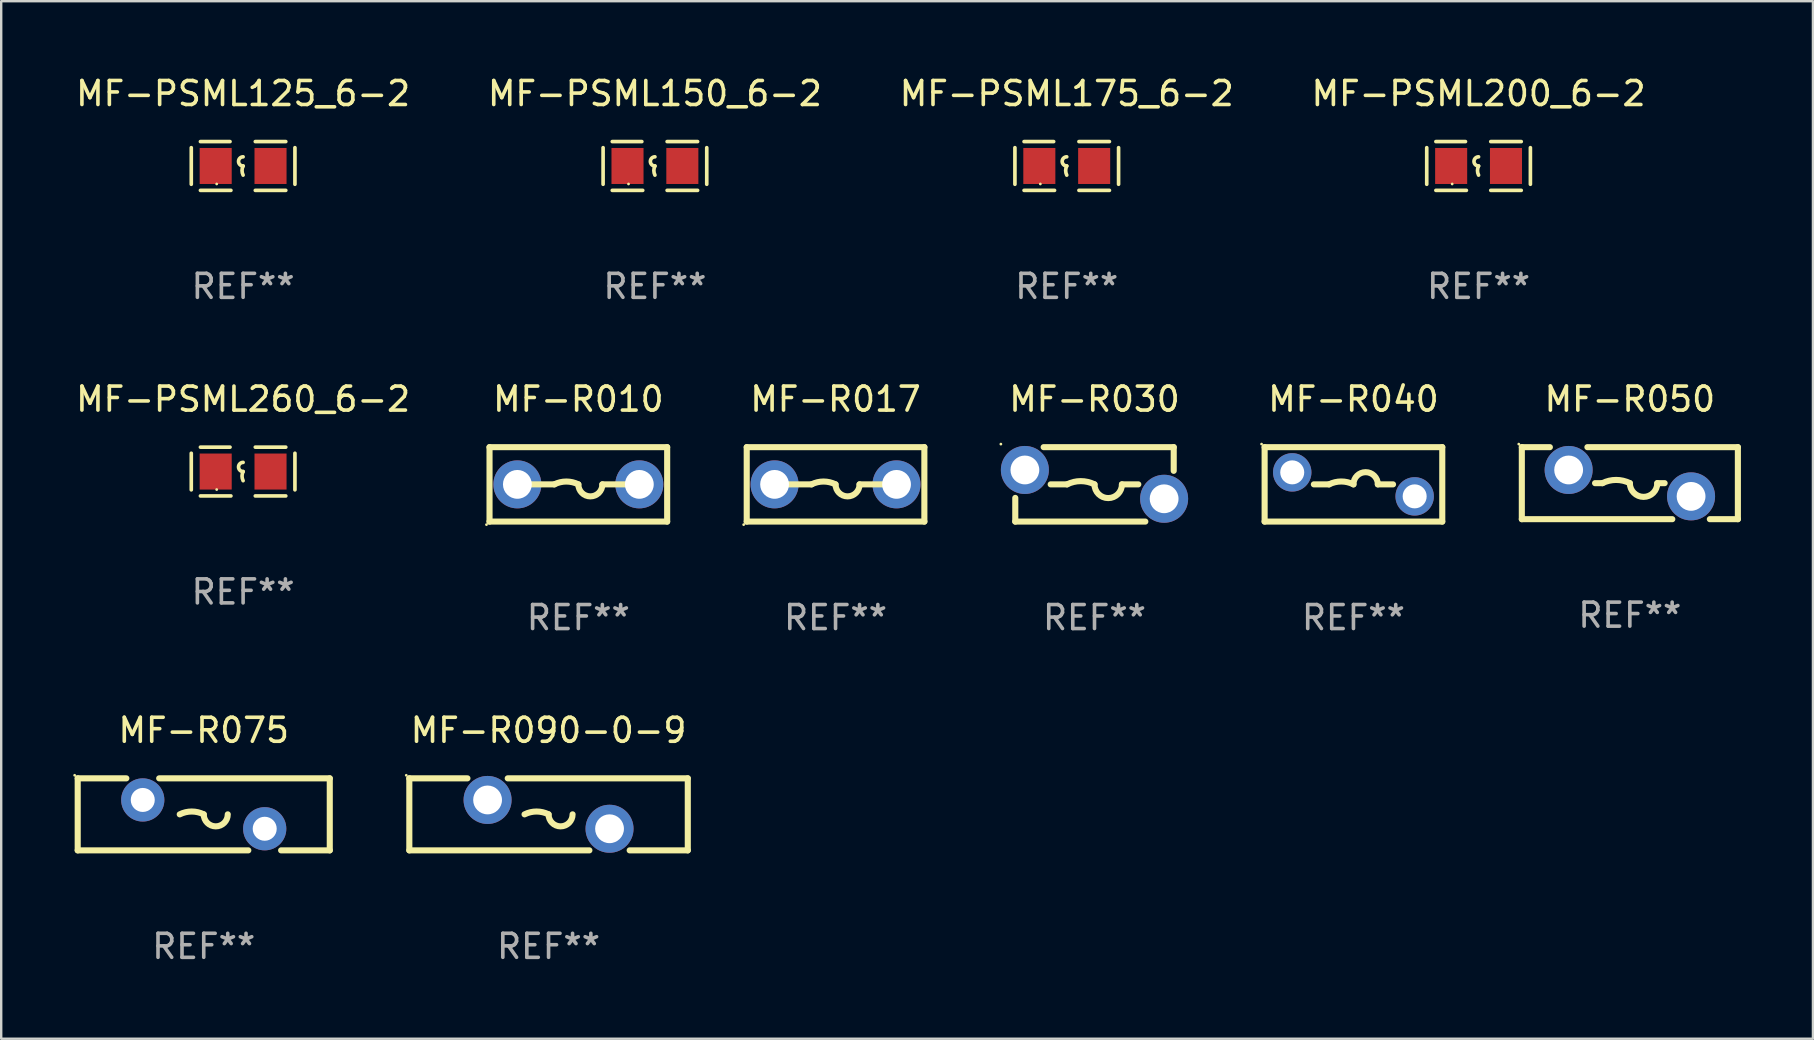
<source format=kicad_pcb>
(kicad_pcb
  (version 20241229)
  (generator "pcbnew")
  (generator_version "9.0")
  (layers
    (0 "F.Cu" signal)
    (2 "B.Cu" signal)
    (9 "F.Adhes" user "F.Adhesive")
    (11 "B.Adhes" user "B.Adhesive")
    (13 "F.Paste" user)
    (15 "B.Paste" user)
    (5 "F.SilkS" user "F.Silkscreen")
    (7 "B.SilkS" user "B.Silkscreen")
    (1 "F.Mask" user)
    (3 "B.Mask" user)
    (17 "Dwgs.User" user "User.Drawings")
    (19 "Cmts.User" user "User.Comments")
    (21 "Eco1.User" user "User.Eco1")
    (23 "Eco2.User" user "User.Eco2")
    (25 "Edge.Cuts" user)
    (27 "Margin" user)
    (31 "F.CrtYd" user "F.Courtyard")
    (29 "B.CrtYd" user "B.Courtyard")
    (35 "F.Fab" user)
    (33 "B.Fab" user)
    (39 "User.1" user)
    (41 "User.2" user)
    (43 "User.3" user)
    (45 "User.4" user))
  (footprint "MF-PSML260_6-2"
    (layer "F.Cu")
    (at 7.077 16.593)
    (property "Reference" "MF-PSML260_6-2" (at 0 -3.016 0) (layer "F.SilkS") (effects (font (size 1 1) (thickness 0.15))))
    (attr through_hole)
    (fp_line (start -2.159 -0.762) (end -2.159 0.762) (stroke (width 0.152) (type solid)) (layer "F.SilkS"))
    (fp_line (start -1.778 -1.016) (end -0.545 -1.016) (stroke (width 0.152) (type solid)) (layer "F.SilkS"))
    (fp_line (start -0.508 1.016) (end -1.778 1.016) (stroke (width 0.152) (type solid)) (layer "F.SilkS"))
    (fp_line (start 0.508 1.016) (end 1.778 1.016) (stroke (width 0.152) (type solid)) (layer "F.SilkS"))
    (fp_line (start 1.778 -1.016) (end 0.508 -1.016) (stroke (width 0.152) (type solid)) (layer "F.SilkS"))
    (fp_line (start 2.159 -0.762) (end 2.159 0.762) (stroke (width 0.152) (type solid)) (layer "F.SilkS"))
    (fp_arc (start 0 0) (mid -0.1905 -0.1905) (end 0 -0.381) (stroke (width 0.151994) (type solid)) (layer "F.SilkS"))
    (fp_arc (start 0 0.381001) (mid -0.044971 0.1905) (end 0 0) (stroke (width 0.151994) (type solid)) (layer "F.SilkS"))
    (fp_circle (center -1.1 0.75) (end -1.07 0.75) (stroke (width 0.06) (type solid)) (fill no) (layer "F.SilkS"))
    (fp_text user "REF**" (at 0 5.016 0) (layer "F.Fab") (effects (font (size 1 1) (thickness 0.15))))
    (pad "1" smd rect (at -1.142 0) (size 1.335 1.5) (layers "F.Cu" "F.Mask" "F.Paste"))
    (pad "2" smd rect (at 1.142 0) (size 1.335 1.5) (layers "F.Cu" "F.Mask" "F.Paste")))
  (footprint "MF-R017"
    (layer "F.Cu")
    (at 31.756 17.127)
    (property "Reference" "MF-R017" (at 0 -3.55 0) (layer "F.SilkS") (effects (font (size 1 1) (thickness 0.15))))
    (attr through_hole)
    (fp_line (start -3.7 -1.55) (end 3.7 -1.55) (stroke (width 0.254) (type solid)) (layer "F.SilkS"))
    (fp_line (start -3.7 1.55) (end -3.7 -1.55) (stroke (width 0.254) (type solid)) (layer "F.SilkS"))
    (fp_line (start -1 0) (end -2 0) (stroke (width 0.254) (type solid)) (layer "F.SilkS"))
    (fp_line (start 1 0) (end 2 0) (stroke (width 0.254) (type solid)) (layer "F.SilkS"))
    (fp_line (start 3.7 -1.55) (end 3.7 1.55) (stroke (width 0.254) (type solid)) (layer "F.SilkS"))
    (fp_line (start 3.7 1.55) (end -3.7 1.55) (stroke (width 0.254) (type solid)) (layer "F.SilkS"))
    (fp_arc (start -1.000762 0) (mid -0.500381 -0.118151) (end 0 0) (stroke (width 0.254001) (type solid)) (layer "F.SilkS"))
    (fp_arc (start 1.000762 0) (mid 0.500381 0.500127) (end 0 0) (stroke (width 0.254001) (type solid)) (layer "F.SilkS"))
    (fp_circle (center -3.827 1.677) (end -3.797 1.677) (stroke (width 0.06) (type solid)) (fill no) (layer "F.SilkS"))
    (fp_text user "REF**" (at 0 5.55 0) (layer "F.Fab") (effects (font (size 1 1) (thickness 0.15))))
    (pad "1" thru_hole circle (at -2.54 0) (size 2 2) (drill 1.2) (layers "*.Cu" "*.Mask"))
    (pad "2" thru_hole circle (at 2.54 0) (size 2 2) (drill 1.2) (layers "*.Cu" "*.Mask")))
  (footprint "MF-R030"
    (layer "F.Cu")
    (at 42.543 17.127)
    (property "Reference" "MF-R030" (at 0 -3.55 0) (layer "F.SilkS") (effects (font (size 1 1) (thickness 0.15))))
    (attr through_hole)
    (fp_line (start -3.3 1.55) (end -3.3 0.564) (stroke (width 0.254) (type solid)) (layer "F.SilkS"))
    (fp_line (start -2.118 -1.55) (end 3.3 -1.55) (stroke (width 0.254) (type solid)) (layer "F.SilkS"))
    (fp_line (start -1.825 0) (end -1.143 0) (stroke (width 0.254) (type solid)) (layer "F.SilkS"))
    (fp_line (start 1.825 0) (end 1.143 0) (stroke (width 0.254) (type solid)) (layer "F.SilkS"))
    (fp_line (start 2.118 1.55) (end -3.3 1.55) (stroke (width 0.254) (type solid)) (layer "F.SilkS"))
    (fp_line (start 3.3 -1.55) (end 3.3 -0.564) (stroke (width 0.254) (type solid)) (layer "F.SilkS"))
    (fp_arc (start -1.143002 0) (mid -0.571501 -0.134913) (end 0 0) (stroke (width 0.254001) (type solid)) (layer "F.SilkS"))
    (fp_arc (start 1.143002 0) (mid 0.571501 0.571501) (end 0 0) (stroke (width 0.254001) (type solid)) (layer "F.SilkS"))
    (fp_circle (center -3.9 -1.677) (end -3.87 -1.677) (stroke (width 0.06) (type solid)) (fill no) (layer "F.SilkS"))
    (fp_text user "REF**" (at 0 5.55 0) (layer "F.Fab") (effects (font (size 1 1) (thickness 0.15))))
    (pad "1" thru_hole circle (at -2.9 -0.6) (size 2 2) (drill 1.2) (layers "*.Cu" "*.Mask"))
    (pad "2" thru_hole circle (at 2.9 0.6) (size 2 2) (drill 1.2) (layers "*.Cu" "*.Mask")))
  (footprint "MF-R010"
    (layer "F.Cu")
    (at 21.042 17.127)
    (property "Reference" "MF-R010" (at 0 -3.55 0) (layer "F.SilkS") (effects (font (size 1 1) (thickness 0.15))))
    (attr through_hole)
    (fp_line (start -3.7 -1.55) (end 3.7 -1.55) (stroke (width 0.254) (type solid)) (layer "F.SilkS"))
    (fp_line (start -3.7 1.55) (end -3.7 -1.55) (stroke (width 0.254) (type solid)) (layer "F.SilkS"))
    (fp_line (start -1 0) (end -2 0) (stroke (width 0.254) (type solid)) (layer "F.SilkS"))
    (fp_line (start 1 0) (end 2 0) (stroke (width 0.254) (type solid)) (layer "F.SilkS"))
    (fp_line (start 3.7 -1.55) (end 3.7 1.55) (stroke (width 0.254) (type solid)) (layer "F.SilkS"))
    (fp_line (start 3.7 1.55) (end -3.7 1.55) (stroke (width 0.254) (type solid)) (layer "F.SilkS"))
    (fp_arc (start -1.000762 0) (mid -0.500381 -0.118151) (end 0 0) (stroke (width 0.254001) (type solid)) (layer "F.SilkS"))
    (fp_arc (start 1.000762 0) (mid 0.500381 0.500127) (end 0 0) (stroke (width 0.254001) (type solid)) (layer "F.SilkS"))
    (fp_circle (center -3.827 1.677) (end -3.797 1.677) (stroke (width 0.06) (type solid)) (fill no) (layer "F.SilkS"))
    (fp_text user "REF**" (at 0 5.55 0) (layer "F.Fab") (effects (font (size 1 1) (thickness 0.15))))
    (pad "1" thru_hole circle (at -2.54 0) (size 2 2) (drill 1.2) (layers "*.Cu" "*.Mask"))
    (pad "2" thru_hole circle (at 2.54 0) (size 2 2) (drill 1.2) (layers "*.Cu" "*.Mask")))
  (footprint "MF-R090-0-9"
    (layer "F.Cu")
    (at 19.801 30.873)
    (property "Reference" "MF-R090-0-9" (at 0 -3.5 0) (layer "F.SilkS") (effects (font (size 1 1) (thickness 0.15))))
    (attr through_hole)
    (fp_line (start -5.8 -1.5) (end -5.8 1.5) (stroke (width 0.254) (type solid)) (layer "F.SilkS"))
    (fp_line (start -5.8 -1.5) (end -3.379 -1.5) (stroke (width 0.254) (type solid)) (layer "F.SilkS"))
    (fp_line (start -1.701 -1.5) (end 5.8 -1.5) (stroke (width 0.254) (type solid)) (layer "F.SilkS"))
    (fp_line (start 1.701 1.5) (end -5.8 1.5) (stroke (width 0.254) (type solid)) (layer "F.SilkS"))
    (fp_line (start 5.8 -1.5) (end 5.8 1.5) (stroke (width 0.254) (type solid)) (layer "F.SilkS"))
    (fp_line (start 5.8 1.5) (end 3.379 1.5) (stroke (width 0.254) (type solid)) (layer "F.SilkS"))
    (fp_arc (start -1 0) (mid -0.5 -0.118021) (end 0 0) (stroke (width 0.254001) (type solid)) (layer "F.SilkS"))
    (fp_arc (start 1.000762 0) (mid 0.500381 0.500127) (end 0 0) (stroke (width 0.254001) (type solid)) (layer "F.SilkS"))
    (fp_circle (center -5.927 -1.627) (end -5.897 -1.627) (stroke (width 0.06) (type solid)) (fill no) (layer "F.SilkS"))
    (fp_text user "REF**" (at 0 5.5 0) (layer "F.Fab") (effects (font (size 1 1) (thickness 0.15))))
    (pad "1" thru_hole circle (at -2.54 -0.6) (size 2 2) (drill 1.2) (layers "*.Cu" "*.Mask"))
    (pad "2" thru_hole circle (at 2.54 0.6) (size 2 2) (drill 1.2) (layers "*.Cu" "*.Mask")))
  (footprint "MF-PSML200_6-2"
    (layer "F.Cu")
    (at 58.542 3.864)
    (property "Reference" "MF-PSML200_6-2" (at 0 -3.016 0) (layer "F.SilkS") (effects (font (size 1 1) (thickness 0.15))))
    (attr through_hole)
    (fp_line (start -2.159 -0.762) (end -2.159 0.762) (stroke (width 0.152) (type solid)) (layer "F.SilkS"))
    (fp_line (start -1.778 -1.016) (end -0.545 -1.016) (stroke (width 0.152) (type solid)) (layer "F.SilkS"))
    (fp_line (start -0.508 1.016) (end -1.778 1.016) (stroke (width 0.152) (type solid)) (layer "F.SilkS"))
    (fp_line (start 0.508 1.016) (end 1.778 1.016) (stroke (width 0.152) (type solid)) (layer "F.SilkS"))
    (fp_line (start 1.778 -1.016) (end 0.508 -1.016) (stroke (width 0.152) (type solid)) (layer "F.SilkS"))
    (fp_line (start 2.159 -0.762) (end 2.159 0.762) (stroke (width 0.152) (type solid)) (layer "F.SilkS"))
    (fp_arc (start 0 0) (mid -0.1905 -0.1905) (end 0 -0.381) (stroke (width 0.151994) (type solid)) (layer "F.SilkS"))
    (fp_arc (start 0 0.381001) (mid -0.044971 0.1905) (end 0 0) (stroke (width 0.151994) (type solid)) (layer "F.SilkS"))
    (fp_circle (center -1.1 0.75) (end -1.07 0.75) (stroke (width 0.06) (type solid)) (fill no) (layer "F.SilkS"))
    (fp_text user "REF**" (at 0 5.016 0) (layer "F.Fab") (effects (font (size 1 1) (thickness 0.15))))
    (pad "1" smd rect (at -1.142 0) (size 1.335 1.5) (layers "F.Cu" "F.Mask" "F.Paste"))
    (pad "2" smd rect (at 1.142 0) (size 1.335 1.5) (layers "F.Cu" "F.Mask" "F.Paste")))
  (footprint "MF-R075"
    (layer "F.Cu")
    (at 5.437 30.873)
    (property "Reference" "MF-R075" (at 0 -3.5 0) (layer "F.SilkS") (effects (font (size 1 1) (thickness 0.15))))
    (attr through_hole)
    (fp_line (start -5.25 -1.5) (end -3.224 -1.5) (stroke (width 0.254) (type solid)) (layer "F.SilkS"))
    (fp_line (start -5.25 1.5) (end -5.25 -1.5) (stroke (width 0.254) (type solid)) (layer "F.SilkS"))
    (fp_line (start -1.856 -1.5) (end 5.25 -1.5) (stroke (width 0.254) (type solid)) (layer "F.SilkS"))
    (fp_line (start 1.857 1.5) (end -5.25 1.5) (stroke (width 0.254) (type solid)) (layer "F.SilkS"))
    (fp_line (start 5.25 -1.5) (end 5.25 1.5) (stroke (width 0.254) (type solid)) (layer "F.SilkS"))
    (fp_line (start 5.25 1.5) (end 3.223 1.5) (stroke (width 0.254) (type solid)) (layer "F.SilkS"))
    (fp_arc (start -1 -0.000127) (mid -0.5 -0.118148) (end 0 -0.000127) (stroke (width 0.254001) (type solid)) (layer "F.SilkS"))
    (fp_arc (start 1.000762 -0.000127) (mid 0.500381 0.5) (end 0 -0.000127) (stroke (width 0.254001) (type solid)) (layer "F.SilkS"))
    (fp_circle (center -5.377 -1.627) (end -5.347 -1.627) (stroke (width 0.06) (type solid)) (fill no) (layer "F.SilkS"))
    (fp_text user "REF**" (at 0 5.5 0) (layer "F.Fab") (effects (font (size 1 1) (thickness 0.15))))
    (pad "1" thru_hole circle (at -2.54 -0.6) (size 1.8 1.8) (drill 1) (layers "*.Cu" "*.Mask"))
    (pad "2" thru_hole circle (at 2.54 0.6) (size 1.8 1.8) (drill 1) (layers "*.Cu" "*.Mask")))
  (footprint "MF-R040"
    (layer "F.Cu")
    (at 53.33 17.127)
    (property "Reference" "MF-R040" (at 0 -3.55 0) (layer "F.SilkS") (effects (font (size 1 1) (thickness 0.15))))
    (attr through_hole)
    (fp_line (start -3.7 -1.55) (end 3.7 -1.55) (stroke (width 0.254) (type solid)) (layer "F.SilkS"))
    (fp_line (start -3.7 1.55) (end -3.7 -1.55) (stroke (width 0.254) (type solid)) (layer "F.SilkS"))
    (fp_line (start -1.649 0) (end -1.016 0) (stroke (width 0.254) (type solid)) (layer "F.SilkS"))
    (fp_line (start 1.649 0) (end 1.016 0) (stroke (width 0.254) (type solid)) (layer "F.SilkS"))
    (fp_line (start 3.7 -1.55) (end 3.7 1.55) (stroke (width 0.254) (type solid)) (layer "F.SilkS"))
    (fp_line (start 3.7 1.55) (end -3.7 1.55) (stroke (width 0.254) (type solid)) (layer "F.SilkS"))
    (fp_arc (start -1.016002 0) (mid -0.508001 -0.119923) (end 0 0) (stroke (width 0.254001) (type solid)) (layer "F.SilkS"))
    (fp_arc (start 0 0) (mid 0.508001 -0.508001) (end 1.016002 0) (stroke (width 0.254001) (type solid)) (layer "F.SilkS"))
    (fp_circle (center -3.827 -1.677) (end -3.797 -1.677) (stroke (width 0.06) (type solid)) (fill no) (layer "F.SilkS"))
    (fp_text user "REF**" (at 0 5.55 0) (layer "F.Fab") (effects (font (size 1 1) (thickness 0.15))))
    (pad "1" thru_hole circle (at -2.55 -0.5) (size 1.6 1.6) (drill 1) (layers "*.Cu" "*.Mask"))
    (pad "2" thru_hole circle (at 2.55 0.5) (size 1.6 1.6) (drill 1) (layers "*.Cu" "*.Mask")))
  (footprint "MF-PSML125_6-2"
    (layer "F.Cu")
    (at 7.077 3.864)
    (property "Reference" "MF-PSML125_6-2" (at 0 -3.016 0) (layer "F.SilkS") (effects (font (size 1 1) (thickness 0.15))))
    (attr through_hole)
    (fp_line (start -2.159 -0.762) (end -2.159 0.762) (stroke (width 0.152) (type solid)) (layer "F.SilkS"))
    (fp_line (start -1.778 -1.016) (end -0.545 -1.016) (stroke (width 0.152) (type solid)) (layer "F.SilkS"))
    (fp_line (start -0.508 1.016) (end -1.778 1.016) (stroke (width 0.152) (type solid)) (layer "F.SilkS"))
    (fp_line (start 0.508 1.016) (end 1.778 1.016) (stroke (width 0.152) (type solid)) (layer "F.SilkS"))
    (fp_line (start 1.778 -1.016) (end 0.508 -1.016) (stroke (width 0.152) (type solid)) (layer "F.SilkS"))
    (fp_line (start 2.159 -0.762) (end 2.159 0.762) (stroke (width 0.152) (type solid)) (layer "F.SilkS"))
    (fp_arc (start 0 0) (mid -0.1905 -0.1905) (end 0 -0.381) (stroke (width 0.151994) (type solid)) (layer "F.SilkS"))
    (fp_arc (start 0 0.381001) (mid -0.044971 0.1905) (end 0 0) (stroke (width 0.151994) (type solid)) (layer "F.SilkS"))
    (fp_circle (center -1.1 0.75) (end -1.07 0.75) (stroke (width 0.06) (type solid)) (fill no) (layer "F.SilkS"))
    (fp_text user "REF**" (at 0 5.016 0) (layer "F.Fab") (effects (font (size 1 1) (thickness 0.15))))
    (pad "1" smd rect (at -1.142 0) (size 1.335 1.5) (layers "F.Cu" "F.Mask" "F.Paste"))
    (pad "2" smd rect (at 1.142 0) (size 1.335 1.5) (layers "F.Cu" "F.Mask" "F.Paste")))
  (footprint "MF-R050"
    (layer "F.Cu")
    (at 64.844 17.077)
    (property "Reference" "MF-R050" (at 0 -3.5 0) (layer "F.SilkS") (effects (font (size 1 1) (thickness 0.15))))
    (attr through_hole)
    (fp_line (start -4.5 -1.5) (end -3.332 -1.5) (stroke (width 0.254) (type solid)) (layer "F.SilkS"))
    (fp_line (start -4.5 1.5) (end -4.5 -1.5) (stroke (width 0.254) (type solid)) (layer "F.SilkS"))
    (fp_line (start -4.5 1.5) (end 1.768 1.5) (stroke (width 0.254) (type solid)) (layer "F.SilkS"))
    (fp_line (start -1.768 -1.5) (end 4.5 -1.5) (stroke (width 0.254) (type solid)) (layer "F.SilkS"))
    (fp_line (start -1.449 0) (end -1.143 0) (stroke (width 0.254) (type solid)) (layer "F.SilkS"))
    (fp_line (start 1.449 0) (end 1.143 0) (stroke (width 0.254) (type solid)) (layer "F.SilkS"))
    (fp_line (start 3.332 1.5) (end 4.5 1.5) (stroke (width 0.254) (type solid)) (layer "F.SilkS"))
    (fp_line (start 4.5 -1.5) (end 4.5 1.5) (stroke (width 0.254) (type solid)) (layer "F.SilkS"))
    (fp_arc (start -1.143002 0) (mid -0.571501 -0.134913) (end 0 0) (stroke (width 0.254001) (type solid)) (layer "F.SilkS"))
    (fp_arc (start 1.143002 0) (mid 0.571501 0.571501) (end 0 0) (stroke (width 0.254001) (type solid)) (layer "F.SilkS"))
    (fp_circle (center -4.627 -1.627) (end -4.597 -1.627) (stroke (width 0.06) (type solid)) (fill no) (layer "F.SilkS"))
    (fp_text user "REF**" (at 0 5.5 0) (layer "F.Fab") (effects (font (size 1 1) (thickness 0.15))))
    (pad "1" thru_hole circle (at -2.55 -0.55) (size 2 2) (drill 1.2) (layers "*.Cu" "*.Mask"))
    (pad "2" thru_hole circle (at 2.55 0.55) (size 2 2) (drill 1.2) (layers "*.Cu" "*.Mask")))
  (footprint "MF-PSML175_6-2"
    (layer "F.Cu")
    (at 41.387 3.864)
    (property "Reference" "MF-PSML175_6-2" (at 0 -3.016 0) (layer "F.SilkS") (effects (font (size 1 1) (thickness 0.15))))
    (attr through_hole)
    (fp_line (start -2.159 -0.762) (end -2.159 0.762) (stroke (width 0.152) (type solid)) (layer "F.SilkS"))
    (fp_line (start -1.778 -1.016) (end -0.545 -1.016) (stroke (width 0.152) (type solid)) (layer "F.SilkS"))
    (fp_line (start -0.508 1.016) (end -1.778 1.016) (stroke (width 0.152) (type solid)) (layer "F.SilkS"))
    (fp_line (start 0.508 1.016) (end 1.778 1.016) (stroke (width 0.152) (type solid)) (layer "F.SilkS"))
    (fp_line (start 1.778 -1.016) (end 0.508 -1.016) (stroke (width 0.152) (type solid)) (layer "F.SilkS"))
    (fp_line (start 2.159 -0.762) (end 2.159 0.762) (stroke (width 0.152) (type solid)) (layer "F.SilkS"))
    (fp_arc (start 0 0) (mid -0.1905 -0.1905) (end 0 -0.381) (stroke (width 0.151994) (type solid)) (layer "F.SilkS"))
    (fp_arc (start 0 0.381001) (mid -0.044971 0.1905) (end 0 0) (stroke (width 0.151994) (type solid)) (layer "F.SilkS"))
    (fp_circle (center -1.1 0.75) (end -1.07 0.75) (stroke (width 0.06) (type solid)) (fill no) (layer "F.SilkS"))
    (fp_text user "REF**" (at 0 5.016 0) (layer "F.Fab") (effects (font (size 1 1) (thickness 0.15))))
    (pad "1" smd rect (at -1.142 0) (size 1.335 1.5) (layers "F.Cu" "F.Mask" "F.Paste"))
    (pad "2" smd rect (at 1.142 0) (size 1.335 1.5) (layers "F.Cu" "F.Mask" "F.Paste")))
  (footprint "MF-PSML150_6-2"
    (layer "F.Cu")
    (at 24.232 3.864)
    (property "Reference" "MF-PSML150_6-2" (at 0 -3.016 0) (layer "F.SilkS") (effects (font (size 1 1) (thickness 0.15))))
    (attr through_hole)
    (fp_line (start -2.159 -0.762) (end -2.159 0.762) (stroke (width 0.152) (type solid)) (layer "F.SilkS"))
    (fp_line (start -1.778 -1.016) (end -0.545 -1.016) (stroke (width 0.152) (type solid)) (layer "F.SilkS"))
    (fp_line (start -0.508 1.016) (end -1.778 1.016) (stroke (width 0.152) (type solid)) (layer "F.SilkS"))
    (fp_line (start 0.508 1.016) (end 1.778 1.016) (stroke (width 0.152) (type solid)) (layer "F.SilkS"))
    (fp_line (start 1.778 -1.016) (end 0.508 -1.016) (stroke (width 0.152) (type solid)) (layer "F.SilkS"))
    (fp_line (start 2.159 -0.762) (end 2.159 0.762) (stroke (width 0.152) (type solid)) (layer "F.SilkS"))
    (fp_arc (start 0 0) (mid -0.1905 -0.1905) (end 0 -0.381) (stroke (width 0.151994) (type solid)) (layer "F.SilkS"))
    (fp_arc (start 0 0.381001) (mid -0.044971 0.1905) (end 0 0) (stroke (width 0.151994) (type solid)) (layer "F.SilkS"))
    (fp_circle (center -1.1 0.75) (end -1.07 0.75) (stroke (width 0.06) (type solid)) (fill no) (layer "F.SilkS"))
    (fp_text user "REF**" (at 0 5.016 0) (layer "F.Fab") (effects (font (size 1 1) (thickness 0.15))))
    (pad "1" smd rect (at -1.142 0) (size 1.335 1.5) (layers "F.Cu" "F.Mask" "F.Paste"))
    (pad "2" smd rect (at 1.142 0) (size 1.335 1.5) (layers "F.Cu" "F.Mask" "F.Paste")))
  (gr_rect
    (start -3 -3)
    (end 72.471 40.221)
    (stroke (width 0.1) (type default))
    (fill no)
    (layer "Edge.Cuts")))
</source>
